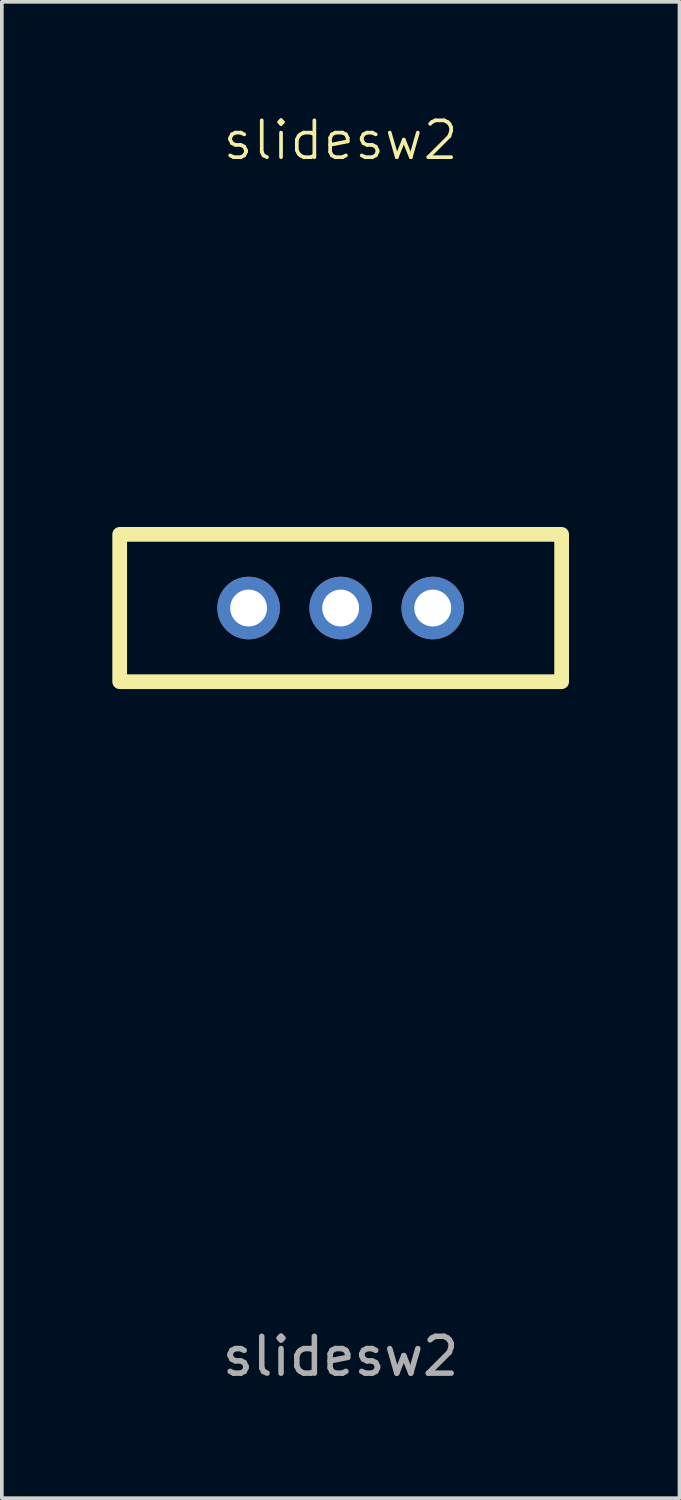
<source format=kicad_pcb>
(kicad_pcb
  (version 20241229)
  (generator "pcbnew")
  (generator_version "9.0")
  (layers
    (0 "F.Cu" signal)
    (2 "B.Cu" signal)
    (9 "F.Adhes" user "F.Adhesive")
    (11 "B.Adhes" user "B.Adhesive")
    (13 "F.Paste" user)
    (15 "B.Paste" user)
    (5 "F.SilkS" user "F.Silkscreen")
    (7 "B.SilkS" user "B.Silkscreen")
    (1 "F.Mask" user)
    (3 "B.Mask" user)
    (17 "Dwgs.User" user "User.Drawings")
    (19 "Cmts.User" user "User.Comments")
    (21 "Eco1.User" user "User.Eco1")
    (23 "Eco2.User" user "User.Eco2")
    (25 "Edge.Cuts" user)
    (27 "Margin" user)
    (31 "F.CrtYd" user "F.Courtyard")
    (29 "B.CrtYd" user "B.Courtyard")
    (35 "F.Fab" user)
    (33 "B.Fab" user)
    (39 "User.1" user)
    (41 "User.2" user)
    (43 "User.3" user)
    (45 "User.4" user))
  (footprint "slidesw2"
    (layer "F.Cu")
    (at 6.2 13.46)
    (property "Reference" "slidesw2" (at 0 -12.7 0) (unlocked yes) (layer "F.SilkS") (effects (font (size 1 1) (thickness 0.1))))
    (attr through_hole)
    (fp_rect (start -6 -2) (end 6 2) (stroke (width 0.4) (type default)) (fill no) (layer "F.SilkS"))
    (fp_text user "${REFERENCE}" (at 0 20.32 0) (unlocked yes) (layer "F.Fab") (effects (font (size 1 1) (thickness 0.15))))
    (pad "1" thru_hole circle (at -2.5 0) (size 1.7 1.7) (drill 1) (layers "*.Cu" "*.Mask"))
    (pad "2" thru_hole circle (at 0 0) (size 1.7 1.7) (drill 1) (layers "*.Cu" "*.Mask"))
    (pad "3" thru_hole circle (at 2.5 0) (size 1.7 1.7) (drill 1) (layers "*.Cu" "*.Mask")))
  (gr_rect
    (start -3 -3)
    (end 15.4 37.629)
    (stroke (width 0.1) (type default))
    (fill no)
    (layer "Edge.Cuts")))
</source>
